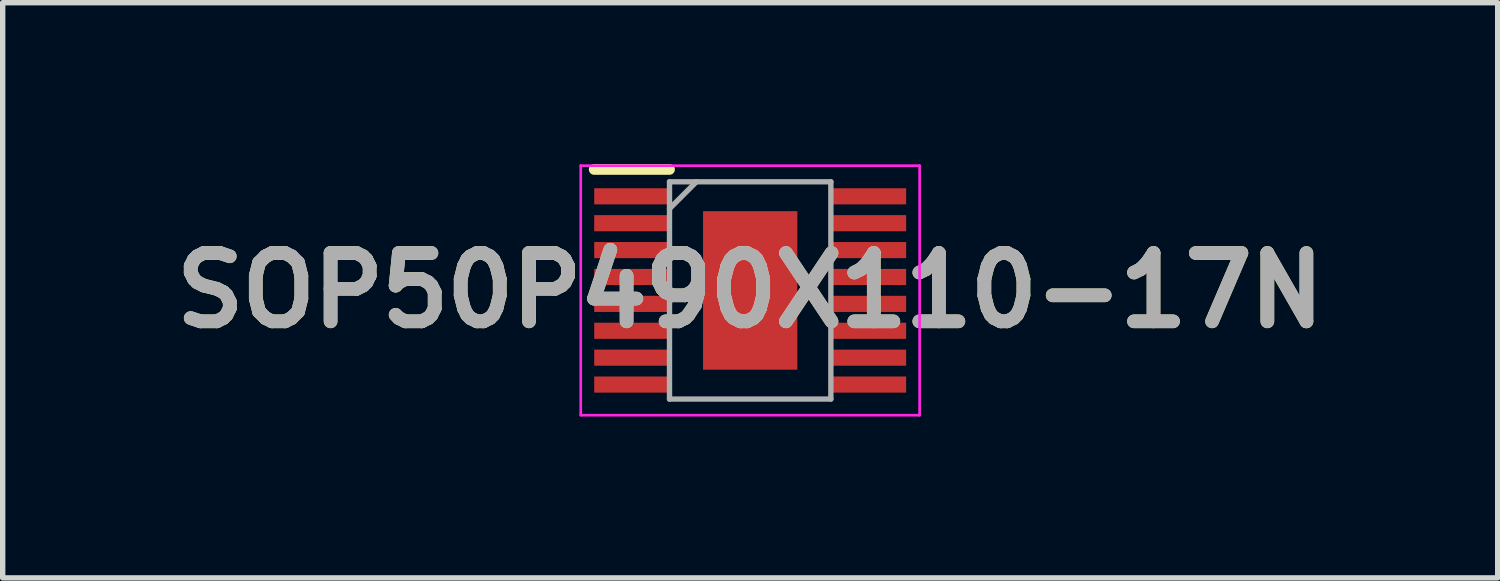
<source format=kicad_pcb>
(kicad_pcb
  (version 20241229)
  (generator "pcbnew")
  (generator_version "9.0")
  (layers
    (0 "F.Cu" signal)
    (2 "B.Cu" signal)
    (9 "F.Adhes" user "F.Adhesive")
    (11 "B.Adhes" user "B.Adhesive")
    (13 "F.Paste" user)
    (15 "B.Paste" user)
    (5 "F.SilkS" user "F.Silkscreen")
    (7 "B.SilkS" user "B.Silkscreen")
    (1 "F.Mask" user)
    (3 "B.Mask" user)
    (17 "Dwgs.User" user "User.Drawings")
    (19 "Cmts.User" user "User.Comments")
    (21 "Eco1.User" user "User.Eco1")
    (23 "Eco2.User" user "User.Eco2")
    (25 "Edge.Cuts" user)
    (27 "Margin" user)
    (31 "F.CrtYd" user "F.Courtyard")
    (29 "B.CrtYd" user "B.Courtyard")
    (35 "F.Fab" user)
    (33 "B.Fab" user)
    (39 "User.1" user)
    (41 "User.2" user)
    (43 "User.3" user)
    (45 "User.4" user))
  (footprint "SOP50P490X110-17N"
    (layer "F.Cu")
    (at 10.898 2.35)
    (property "Reference" "SOP50P490X110-17N" (at 0 0 0) (layer "F.SilkS") (effects (font (size 1.27 1.27) (thickness 0.254))))
    (attr smd)
    (fp_line (start -2.9 -2.25) (end -1.5 -2.25) (stroke (width 0.2) (type solid)) (layer "F.SilkS"))
    (fp_line (start -3.15 -2.32) (end 3.15 -2.32) (stroke (width 0.05) (type solid)) (layer "F.CrtYd"))
    (fp_line (start -3.15 2.32) (end -3.15 -2.32) (stroke (width 0.05) (type solid)) (layer "F.CrtYd"))
    (fp_line (start 3.15 -2.32) (end 3.15 2.32) (stroke (width 0.05) (type solid)) (layer "F.CrtYd"))
    (fp_line (start 3.15 2.32) (end -3.15 2.32) (stroke (width 0.05) (type solid)) (layer "F.CrtYd"))
    (fp_line (start -1.5 -2.02) (end 1.5 -2.02) (stroke (width 0.1) (type solid)) (layer "F.Fab"))
    (fp_line (start -1.5 -1.52) (end -1 -2.02) (stroke (width 0.1) (type solid)) (layer "F.Fab"))
    (fp_line (start -1.5 2.02) (end -1.5 -2.02) (stroke (width 0.1) (type solid)) (layer "F.Fab"))
    (fp_line (start 1.5 -2.02) (end 1.5 2.02) (stroke (width 0.1) (type solid)) (layer "F.Fab"))
    (fp_line (start 1.5 2.02) (end -1.5 2.02) (stroke (width 0.1) (type solid)) (layer "F.Fab"))
    (fp_text user "${REFERENCE}" (at 0 0 0) (layer "F.Fab") (effects (font (size 1.27 1.27) (thickness 0.254))))
    (pad "1" smd rect (at -2.2 -1.75 90) (size 0.3 1.4) (layers "F.Cu" "F.Mask" "F.Paste"))
    (pad "2" smd rect (at -2.2 -1.25 90) (size 0.3 1.4) (layers "F.Cu" "F.Mask" "F.Paste"))
    (pad "3" smd rect (at -2.2 -0.75 90) (size 0.3 1.4) (layers "F.Cu" "F.Mask" "F.Paste"))
    (pad "4" smd rect (at -2.2 -0.25 90) (size 0.3 1.4) (layers "F.Cu" "F.Mask" "F.Paste"))
    (pad "5" smd rect (at -2.2 0.25 90) (size 0.3 1.4) (layers "F.Cu" "F.Mask" "F.Paste"))
    (pad "6" smd rect (at -2.2 0.75 90) (size 0.3 1.4) (layers "F.Cu" "F.Mask" "F.Paste"))
    (pad "7" smd rect (at -2.2 1.25 90) (size 0.3 1.4) (layers "F.Cu" "F.Mask" "F.Paste"))
    (pad "8" smd rect (at -2.2 1.75 90) (size 0.3 1.4) (layers "F.Cu" "F.Mask" "F.Paste"))
    (pad "9" smd rect (at 2.2 1.75 90) (size 0.3 1.4) (layers "F.Cu" "F.Mask" "F.Paste"))
    (pad "10" smd rect (at 2.2 1.25 90) (size 0.3 1.4) (layers "F.Cu" "F.Mask" "F.Paste"))
    (pad "11" smd rect (at 2.2 0.75 90) (size 0.3 1.4) (layers "F.Cu" "F.Mask" "F.Paste"))
    (pad "12" smd rect (at 2.2 0.25 90) (size 0.3 1.4) (layers "F.Cu" "F.Mask" "F.Paste"))
    (pad "13" smd rect (at 2.2 -0.25 90) (size 0.3 1.4) (layers "F.Cu" "F.Mask" "F.Paste"))
    (pad "14" smd rect (at 2.2 -0.75 90) (size 0.3 1.4) (layers "F.Cu" "F.Mask" "F.Paste"))
    (pad "15" smd rect (at 2.2 -1.25 90) (size 0.3 1.4) (layers "F.Cu" "F.Mask" "F.Paste"))
    (pad "16" smd rect (at 2.2 -1.75 90) (size 0.3 1.4) (layers "F.Cu" "F.Mask" "F.Paste"))
    (pad "17" smd rect (at 0 0) (size 1.753 2.947) (layers "F.Cu" "F.Mask" "F.Paste")))
  (gr_rect
    (start -3 -3)
    (end 24.796 7.695)
    (stroke (width 0.1) (type default))
    (fill no)
    (layer "Edge.Cuts")))
</source>
